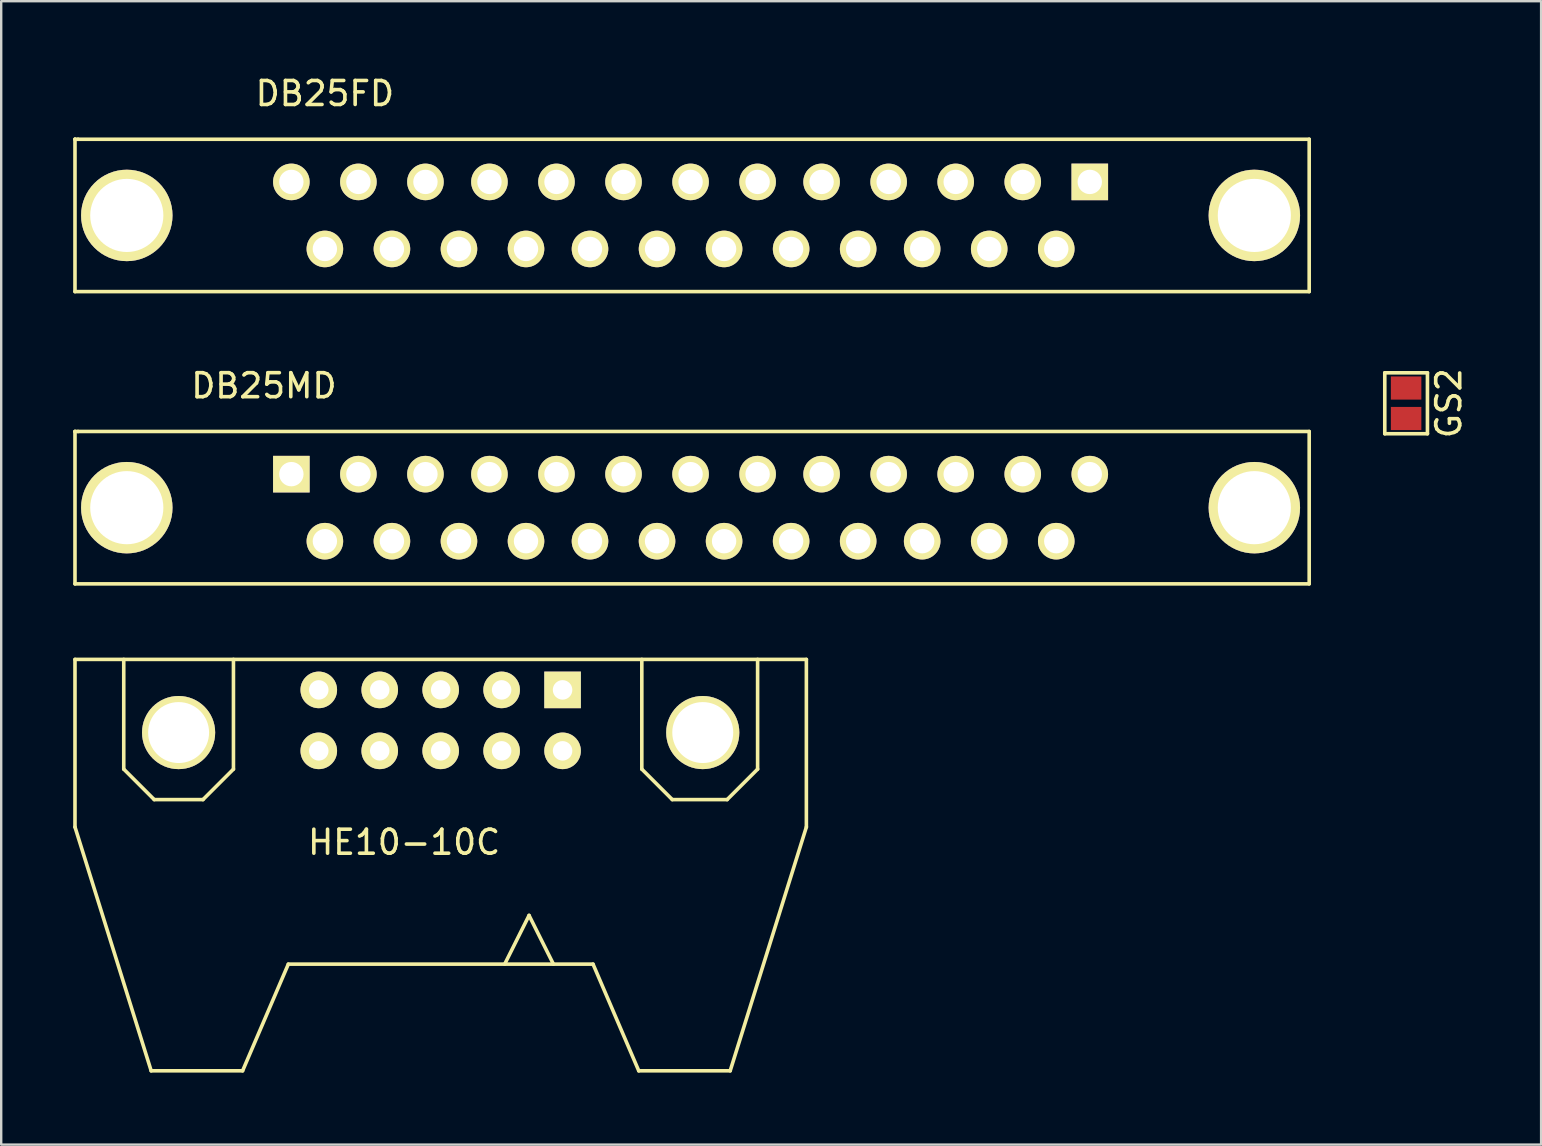
<source format=kicad_pcb>
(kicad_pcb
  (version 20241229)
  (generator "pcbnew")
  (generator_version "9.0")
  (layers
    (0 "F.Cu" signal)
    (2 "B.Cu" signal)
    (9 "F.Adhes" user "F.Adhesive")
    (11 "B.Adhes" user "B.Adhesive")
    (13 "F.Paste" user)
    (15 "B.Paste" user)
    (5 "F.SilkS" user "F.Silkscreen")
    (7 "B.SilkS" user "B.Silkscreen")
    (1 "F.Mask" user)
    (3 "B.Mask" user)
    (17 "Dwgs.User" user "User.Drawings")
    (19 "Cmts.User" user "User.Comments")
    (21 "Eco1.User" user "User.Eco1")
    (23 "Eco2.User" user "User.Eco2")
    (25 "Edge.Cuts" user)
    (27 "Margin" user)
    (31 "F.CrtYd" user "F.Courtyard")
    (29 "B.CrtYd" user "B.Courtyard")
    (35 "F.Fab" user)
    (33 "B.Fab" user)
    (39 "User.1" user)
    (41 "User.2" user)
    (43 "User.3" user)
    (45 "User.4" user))
  (footprint "HE10-10C"
    (layer "F.Cu")
    (at 15.315 26.971)
    (property "Reference" "HE10-10C" (at -1.524 5.08 180) (layer "F.SilkS") (effects (font (size 1 1) (thickness 0.15))))
    (attr through_hole)
    (fp_line (start -15.24 -2.54) (end -15.24 4.445) (stroke (width 0.15) (type solid)) (layer "F.SilkS"))
    (fp_line (start -15.24 4.445) (end -12.065 14.605) (stroke (width 0.15) (type solid)) (layer "F.SilkS"))
    (fp_line (start -13.208 2.032) (end -13.208 -2.54) (stroke (width 0.15) (type solid)) (layer "F.SilkS"))
    (fp_line (start -12.065 14.605) (end -8.255 14.605) (stroke (width 0.15) (type solid)) (layer "F.SilkS"))
    (fp_line (start -11.938 3.302) (end -13.208 2.032) (stroke (width 0.15) (type solid)) (layer "F.SilkS"))
    (fp_line (start -9.906 3.302) (end -11.938 3.302) (stroke (width 0.15) (type solid)) (layer "F.SilkS"))
    (fp_line (start -8.636 -2.54) (end -8.636 2.032) (stroke (width 0.15) (type solid)) (layer "F.SilkS"))
    (fp_line (start -8.636 2.032) (end -9.906 3.302) (stroke (width 0.15) (type solid)) (layer "F.SilkS"))
    (fp_line (start -8.255 14.605) (end -6.35 10.16) (stroke (width 0.15) (type solid)) (layer "F.SilkS"))
    (fp_line (start -6.35 10.16) (end 6.35 10.16) (stroke (width 0.15) (type solid)) (layer "F.SilkS"))
    (fp_line (start 3.683 8.128) (end 2.667 10.16) (stroke (width 0.15) (type solid)) (layer "F.SilkS"))
    (fp_line (start 4.699 10.16) (end 3.683 8.128) (stroke (width 0.15) (type solid)) (layer "F.SilkS"))
    (fp_line (start 8.255 14.605) (end 6.35 10.16) (stroke (width 0.15) (type solid)) (layer "F.SilkS"))
    (fp_line (start 8.382 2.032) (end 8.382 -2.54) (stroke (width 0.15) (type solid)) (layer "F.SilkS"))
    (fp_line (start 9.652 3.302) (end 8.382 2.032) (stroke (width 0.15) (type solid)) (layer "F.SilkS"))
    (fp_line (start 11.938 3.302) (end 9.652 3.302) (stroke (width 0.15) (type solid)) (layer "F.SilkS"))
    (fp_line (start 12.065 14.605) (end 8.255 14.605) (stroke (width 0.15) (type solid)) (layer "F.SilkS"))
    (fp_line (start 13.208 -2.54) (end 13.208 2.032) (stroke (width 0.15) (type solid)) (layer "F.SilkS"))
    (fp_line (start 13.208 2.032) (end 11.938 3.302) (stroke (width 0.15) (type solid)) (layer "F.SilkS"))
    (fp_line (start 15.24 -2.54) (end -15.24 -2.54) (stroke (width 0.15) (type solid)) (layer "F.SilkS"))
    (fp_line (start 15.24 -2.54) (end 15.24 4.445) (stroke (width 0.15) (type solid)) (layer "F.SilkS"))
    (fp_line (start 15.24 4.445) (end 12.065 14.605) (stroke (width 0.15) (type solid)) (layer "F.SilkS"))
    (pad "0" thru_hole circle (at -10.922 0.508) (size 3.048 3.048) (drill 2.54) (layers "*.Cu" "*.Mask" "F.SilkS"))
    (pad "0" thru_hole circle (at 10.922 0.508) (size 3.048 3.048) (drill 2.54) (layers "*.Cu" "*.Mask" "F.SilkS"))
    (pad "1" thru_hole rect (at 5.08 -1.27) (size 1.524 1.524) (drill 0.813) (layers "*.Cu" "*.Mask" "F.SilkS"))
    (pad "2" thru_hole circle (at 5.08 1.27) (size 1.524 1.524) (drill 0.813) (layers "*.Cu" "*.Mask" "F.SilkS"))
    (pad "3" thru_hole circle (at 2.54 -1.27) (size 1.524 1.524) (drill 0.813) (layers "*.Cu" "*.Mask" "F.SilkS"))
    (pad "4" thru_hole circle (at 2.54 1.27) (size 1.524 1.524) (drill 0.813) (layers "*.Cu" "*.Mask" "F.SilkS"))
    (pad "5" thru_hole circle (at 0 -1.27) (size 1.524 1.524) (drill 0.813) (layers "*.Cu" "*.Mask" "F.SilkS"))
    (pad "6" thru_hole circle (at 0 1.27) (size 1.524 1.524) (drill 0.813) (layers "*.Cu" "*.Mask" "F.SilkS"))
    (pad "7" thru_hole circle (at -2.54 -1.27) (size 1.524 1.524) (drill 0.813) (layers "*.Cu" "*.Mask" "F.SilkS"))
    (pad "8" thru_hole circle (at -2.54 1.27) (size 1.524 1.524) (drill 0.813) (layers "*.Cu" "*.Mask" "F.SilkS"))
    (pad "9" thru_hole circle (at -5.08 -1.27) (size 1.524 1.524) (drill 0.813) (layers "*.Cu" "*.Mask" "F.SilkS"))
    (pad "10" thru_hole circle (at -5.08 1.27) (size 1.524 1.524) (drill 0.813) (layers "*.Cu" "*.Mask" "F.SilkS")))
  (footprint "DB25FD"
    (layer "F.Cu")
    (at 25.729 5.928)
    (property "Reference" "DB25FD" (at -15.24 -5.08 180) (layer "F.SilkS") (effects (font (size 1 1) (thickness 0.15))))
    (attr through_hole)
    (fp_line (start -25.654 -3.175) (end -25.654 -3.175) (stroke (width 0.15) (type solid)) (layer "F.SilkS"))
    (fp_line (start -25.654 -3.175) (end -25.654 3.175) (stroke (width 0.15) (type solid)) (layer "F.SilkS"))
    (fp_line (start -25.654 3.175) (end 25.781 3.175) (stroke (width 0.15) (type solid)) (layer "F.SilkS"))
    (fp_line (start -25.527 -3.175) (end -25.654 -3.175) (stroke (width 0.15) (type solid)) (layer "F.SilkS"))
    (fp_line (start 25.781 -3.175) (end -25.527 -3.175) (stroke (width 0.15) (type solid)) (layer "F.SilkS"))
    (fp_line (start 25.781 3.175) (end 25.781 -3.175) (stroke (width 0.15) (type solid)) (layer "F.SilkS"))
    (pad "0" thru_hole circle (at -23.495 0) (size 3.81 3.81) (drill 3.048) (layers "*.Cu" "*.Mask" "F.SilkS"))
    (pad "0" thru_hole circle (at 23.495 0) (size 3.81 3.81) (drill 3.048) (layers "*.Cu" "*.Mask" "F.SilkS"))
    (pad "1" thru_hole rect (at 16.637 -1.397) (size 1.524 1.524) (drill 1.016) (layers "*.Cu" "*.Mask" "F.SilkS"))
    (pad "2" thru_hole circle (at 13.843 -1.397) (size 1.524 1.524) (drill 1.016) (layers "*.Cu" "*.Mask" "F.SilkS"))
    (pad "3" thru_hole circle (at 11.049 -1.397) (size 1.524 1.524) (drill 1.016) (layers "*.Cu" "*.Mask" "F.SilkS"))
    (pad "4" thru_hole circle (at 8.255 -1.397) (size 1.524 1.524) (drill 1.016) (layers "*.Cu" "*.Mask" "F.SilkS"))
    (pad "5" thru_hole circle (at 5.461 -1.397) (size 1.524 1.524) (drill 1.016) (layers "*.Cu" "*.Mask" "F.SilkS"))
    (pad "6" thru_hole circle (at 2.794 -1.397) (size 1.524 1.524) (drill 1.016) (layers "*.Cu" "*.Mask" "F.SilkS"))
    (pad "7" thru_hole circle (at 0 -1.397) (size 1.524 1.524) (drill 1.016) (layers "*.Cu" "*.Mask" "F.SilkS"))
    (pad "8" thru_hole circle (at -2.794 -1.397) (size 1.524 1.524) (drill 1.016) (layers "*.Cu" "*.Mask" "F.SilkS"))
    (pad "9" thru_hole circle (at -5.588 -1.397) (size 1.524 1.524) (drill 1.016) (layers "*.Cu" "*.Mask" "F.SilkS"))
    (pad "10" thru_hole circle (at -8.382 -1.397) (size 1.524 1.524) (drill 1.016) (layers "*.Cu" "*.Mask" "F.SilkS"))
    (pad "11" thru_hole circle (at -11.049 -1.397) (size 1.524 1.524) (drill 1.016) (layers "*.Cu" "*.Mask" "F.SilkS"))
    (pad "12" thru_hole circle (at -13.843 -1.397) (size 1.524 1.524) (drill 1.016) (layers "*.Cu" "*.Mask" "F.SilkS"))
    (pad "13" thru_hole circle (at -16.637 -1.397) (size 1.524 1.524) (drill 1.016) (layers "*.Cu" "*.Mask" "F.SilkS"))
    (pad "14" thru_hole circle (at 15.24 1.397) (size 1.524 1.524) (drill 1.016) (layers "*.Cu" "*.Mask" "F.SilkS"))
    (pad "15" thru_hole circle (at 12.446 1.397) (size 1.524 1.524) (drill 1.016) (layers "*.Cu" "*.Mask" "F.SilkS"))
    (pad "16" thru_hole circle (at 9.652 1.397) (size 1.524 1.524) (drill 1.016) (layers "*.Cu" "*.Mask" "F.SilkS"))
    (pad "17" thru_hole circle (at 6.985 1.397) (size 1.524 1.524) (drill 1.016) (layers "*.Cu" "*.Mask" "F.SilkS"))
    (pad "18" thru_hole circle (at 4.191 1.397) (size 1.524 1.524) (drill 1.016) (layers "*.Cu" "*.Mask" "F.SilkS"))
    (pad "19" thru_hole circle (at 1.397 1.397) (size 1.524 1.524) (drill 1.016) (layers "*.Cu" "*.Mask" "F.SilkS"))
    (pad "20" thru_hole circle (at -1.397 1.397) (size 1.524 1.524) (drill 1.016) (layers "*.Cu" "*.Mask" "F.SilkS"))
    (pad "21" thru_hole circle (at -4.191 1.397) (size 1.524 1.524) (drill 1.016) (layers "*.Cu" "*.Mask" "F.SilkS"))
    (pad "22" thru_hole circle (at -6.858 1.397) (size 1.524 1.524) (drill 1.016) (layers "*.Cu" "*.Mask" "F.SilkS"))
    (pad "23" thru_hole circle (at -9.652 1.397) (size 1.524 1.524) (drill 1.016) (layers "*.Cu" "*.Mask" "F.SilkS"))
    (pad "24" thru_hole circle (at -12.446 1.397) (size 1.524 1.524) (drill 1.016) (layers "*.Cu" "*.Mask" "F.SilkS"))
    (pad "25" thru_hole circle (at -15.24 1.397) (size 1.524 1.524) (drill 1.016) (layers "*.Cu" "*.Mask" "F.SilkS")))
  (footprint "DB25MD"
    (layer "F.Cu")
    (at 25.729 18.107)
    (property "Reference" "DB25MD" (at -17.78 -5.08 180) (layer "F.SilkS") (effects (font (size 1 1) (thickness 0.15))))
    (attr through_hole)
    (fp_line (start -25.654 -3.175) (end -25.654 -3.175) (stroke (width 0.15) (type solid)) (layer "F.SilkS"))
    (fp_line (start -25.654 -3.175) (end -25.654 3.175) (stroke (width 0.15) (type solid)) (layer "F.SilkS"))
    (fp_line (start -25.654 3.175) (end 25.781 3.175) (stroke (width 0.15) (type solid)) (layer "F.SilkS"))
    (fp_line (start -25.527 -3.175) (end -25.654 -3.175) (stroke (width 0.15) (type solid)) (layer "F.SilkS"))
    (fp_line (start 25.781 -3.175) (end -25.527 -3.175) (stroke (width 0.15) (type solid)) (layer "F.SilkS"))
    (fp_line (start 25.781 3.175) (end 25.781 -3.175) (stroke (width 0.15) (type solid)) (layer "F.SilkS"))
    (pad "0" thru_hole circle (at -23.495 0) (size 3.81 3.81) (drill 3.048) (layers "*.Cu" "*.Mask" "F.SilkS"))
    (pad "0" thru_hole circle (at 23.495 0) (size 3.81 3.81) (drill 3.048) (layers "*.Cu" "*.Mask" "F.SilkS"))
    (pad "1" thru_hole rect (at -16.637 -1.397) (size 1.524 1.524) (drill 1.016) (layers "*.Cu" "*.Mask" "F.SilkS"))
    (pad "2" thru_hole circle (at -13.843 -1.397) (size 1.524 1.524) (drill 1.016) (layers "*.Cu" "*.Mask" "F.SilkS"))
    (pad "3" thru_hole circle (at -11.049 -1.397) (size 1.524 1.524) (drill 1.016) (layers "*.Cu" "*.Mask" "F.SilkS"))
    (pad "4" thru_hole circle (at -8.382 -1.397) (size 1.524 1.524) (drill 1.016) (layers "*.Cu" "*.Mask" "F.SilkS"))
    (pad "5" thru_hole circle (at -5.588 -1.397) (size 1.524 1.524) (drill 1.016) (layers "*.Cu" "*.Mask" "F.SilkS"))
    (pad "6" thru_hole circle (at -2.794 -1.397) (size 1.524 1.524) (drill 1.016) (layers "*.Cu" "*.Mask" "F.SilkS"))
    (pad "7" thru_hole circle (at 0 -1.397) (size 1.524 1.524) (drill 1.016) (layers "*.Cu" "*.Mask" "F.SilkS"))
    (pad "8" thru_hole circle (at 2.794 -1.397) (size 1.524 1.524) (drill 1.016) (layers "*.Cu" "*.Mask" "F.SilkS"))
    (pad "9" thru_hole circle (at 5.461 -1.397) (size 1.524 1.524) (drill 1.016) (layers "*.Cu" "*.Mask" "F.SilkS"))
    (pad "10" thru_hole circle (at 8.255 -1.397) (size 1.524 1.524) (drill 1.016) (layers "*.Cu" "*.Mask" "F.SilkS"))
    (pad "11" thru_hole circle (at 11.049 -1.397) (size 1.524 1.524) (drill 1.016) (layers "*.Cu" "*.Mask" "F.SilkS"))
    (pad "12" thru_hole circle (at 13.843 -1.397) (size 1.524 1.524) (drill 1.016) (layers "*.Cu" "*.Mask" "F.SilkS"))
    (pad "13" thru_hole circle (at 16.637 -1.397) (size 1.524 1.524) (drill 1.016) (layers "*.Cu" "*.Mask" "F.SilkS"))
    (pad "14" thru_hole circle (at -15.24 1.397) (size 1.524 1.524) (drill 1.016) (layers "*.Cu" "*.Mask" "F.SilkS"))
    (pad "15" thru_hole circle (at -12.446 1.397) (size 1.524 1.524) (drill 1.016) (layers "*.Cu" "*.Mask" "F.SilkS"))
    (pad "16" thru_hole circle (at -9.652 1.397) (size 1.524 1.524) (drill 1.016) (layers "*.Cu" "*.Mask" "F.SilkS"))
    (pad "17" thru_hole circle (at -6.858 1.397) (size 1.524 1.524) (drill 1.016) (layers "*.Cu" "*.Mask" "F.SilkS"))
    (pad "18" thru_hole circle (at -4.191 1.397) (size 1.524 1.524) (drill 1.016) (layers "*.Cu" "*.Mask" "F.SilkS"))
    (pad "19" thru_hole circle (at -1.397 1.397) (size 1.524 1.524) (drill 1.016) (layers "*.Cu" "*.Mask" "F.SilkS"))
    (pad "20" thru_hole circle (at 1.397 1.397) (size 1.524 1.524) (drill 1.016) (layers "*.Cu" "*.Mask" "F.SilkS"))
    (pad "21" thru_hole circle (at 4.191 1.397) (size 1.524 1.524) (drill 1.016) (layers "*.Cu" "*.Mask" "F.SilkS"))
    (pad "22" thru_hole circle (at 6.985 1.397) (size 1.524 1.524) (drill 1.016) (layers "*.Cu" "*.Mask" "F.SilkS"))
    (pad "23" thru_hole circle (at 9.652 1.397) (size 1.524 1.524) (drill 1.016) (layers "*.Cu" "*.Mask" "F.SilkS"))
    (pad "24" thru_hole circle (at 12.446 1.397) (size 1.524 1.524) (drill 1.016) (layers "*.Cu" "*.Mask" "F.SilkS"))
    (pad "25" thru_hole circle (at 15.24 1.397) (size 1.524 1.524) (drill 1.016) (layers "*.Cu" "*.Mask" "F.SilkS")))
  (footprint "GS2"
    (layer "F.Cu")
    (at 55.549 13.756)
    (property "Reference" "GS2" (at 1.778 0 90) (layer "F.SilkS") (effects (font (size 1 1) (thickness 0.15))))
    (attr exclude_from_pos_files exclude_from_bom)
    (fp_line (start -0.889 -1.27) (end -0.889 1.27) (stroke (width 0.15) (type solid)) (layer "F.SilkS"))
    (fp_line (start -0.889 -1.27) (end 0.889 -1.27) (stroke (width 0.15) (type solid)) (layer "F.SilkS"))
    (fp_line (start 0.889 1.27) (end -0.889 1.27) (stroke (width 0.15) (type solid)) (layer "F.SilkS"))
    (fp_line (start 0.889 1.27) (end 0.889 -1.27) (stroke (width 0.15) (type solid)) (layer "F.SilkS"))
    (pad "1" smd rect (at 0 -0.635) (size 1.27 0.965) (layers "F.Cu" "F.Mask" "F.Paste"))
    (pad "2" smd rect (at 0 0.635) (size 1.27 0.965) (layers "F.Cu" "F.Mask" "F.Paste")))
  (gr_rect
    (start -3 -3)
    (end 61.175 44.651)
    (stroke (width 0.1) (type default))
    (fill no)
    (layer "Edge.Cuts")))
</source>
